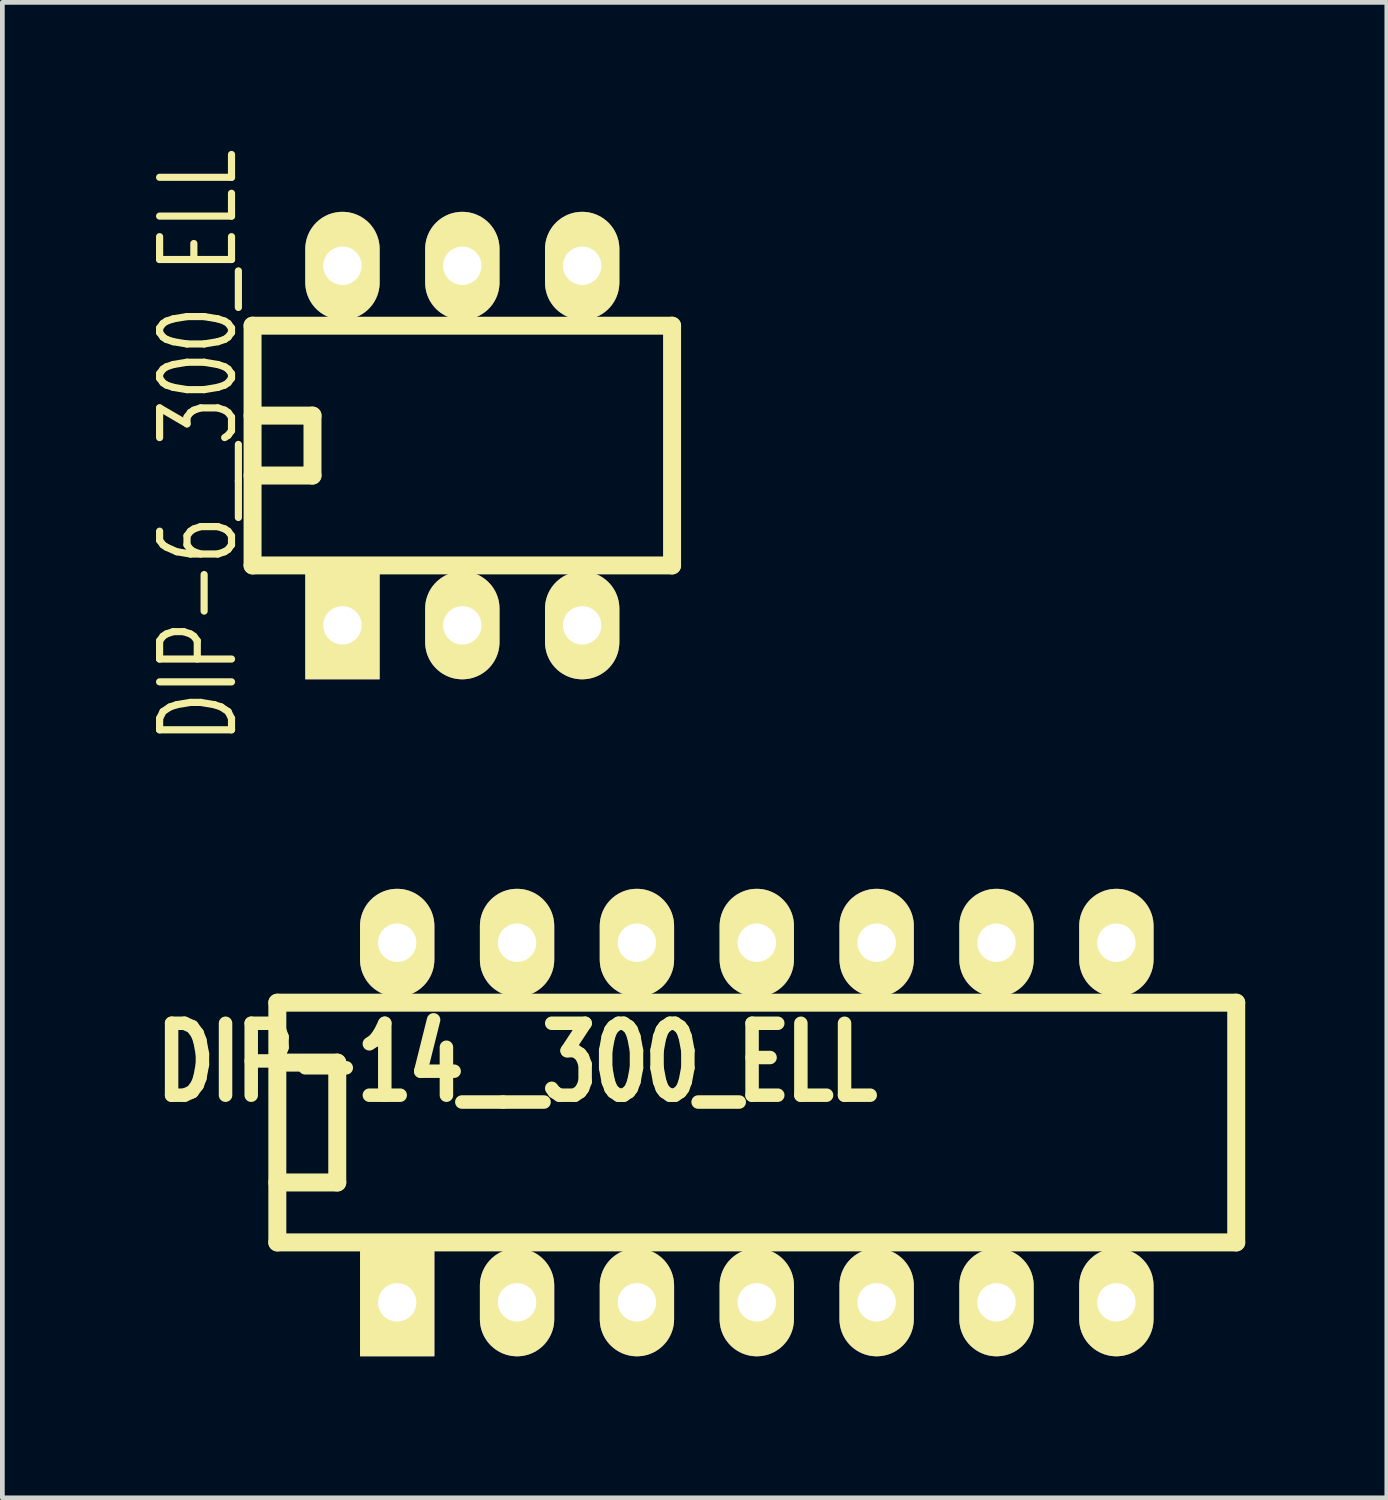
<source format=kicad_pcb>
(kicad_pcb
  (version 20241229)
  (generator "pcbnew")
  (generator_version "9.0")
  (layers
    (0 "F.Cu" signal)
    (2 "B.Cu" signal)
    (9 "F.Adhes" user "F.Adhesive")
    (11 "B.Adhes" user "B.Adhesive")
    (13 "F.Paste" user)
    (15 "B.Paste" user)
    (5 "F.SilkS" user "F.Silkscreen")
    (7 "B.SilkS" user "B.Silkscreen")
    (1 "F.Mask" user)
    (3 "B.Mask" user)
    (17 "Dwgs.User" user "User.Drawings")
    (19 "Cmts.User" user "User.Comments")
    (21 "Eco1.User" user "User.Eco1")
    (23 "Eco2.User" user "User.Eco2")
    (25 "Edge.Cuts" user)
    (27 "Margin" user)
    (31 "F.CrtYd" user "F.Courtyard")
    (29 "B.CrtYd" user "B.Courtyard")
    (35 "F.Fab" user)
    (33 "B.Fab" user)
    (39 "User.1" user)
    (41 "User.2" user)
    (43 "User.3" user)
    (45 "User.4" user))
  (footprint "DIP-14__300_ELL"
    (layer "F.Cu")
    (at 12.987 20.738)
    (property "Reference" "DIP-14__300_ELL" (at -5.08 -1.27 0) (layer "F.SilkS") (effects (font (size 1.524 1.143) (thickness 0.305))))
    (attr through_hole)
    (fp_line (start -10.16 -2.54) (end 10.16 -2.54) (stroke (width 0.381) (type solid)) (layer "F.SilkS"))
    (fp_line (start -10.16 -1.27) (end -8.89 -1.27) (stroke (width 0.381) (type solid)) (layer "F.SilkS"))
    (fp_line (start -10.16 2.54) (end -10.16 -2.54) (stroke (width 0.381) (type solid)) (layer "F.SilkS"))
    (fp_line (start -8.89 -1.27) (end -8.89 1.27) (stroke (width 0.381) (type solid)) (layer "F.SilkS"))
    (fp_line (start -8.89 1.27) (end -10.16 1.27) (stroke (width 0.381) (type solid)) (layer "F.SilkS"))
    (fp_line (start 10.16 -2.54) (end 10.16 2.54) (stroke (width 0.381) (type solid)) (layer "F.SilkS"))
    (fp_line (start 10.16 2.54) (end -10.16 2.54) (stroke (width 0.381) (type solid)) (layer "F.SilkS"))
    (pad "1" thru_hole rect (at -7.62 3.81) (size 1.575 2.286) (drill 0.813) (layers "*.Cu" "*.Mask" "F.SilkS"))
    (pad "2" thru_hole oval (at -5.08 3.81) (size 1.575 2.286) (drill 0.813) (layers "*.Cu" "*.Mask" "F.SilkS"))
    (pad "3" thru_hole oval (at -2.54 3.81) (size 1.575 2.286) (drill 0.813) (layers "*.Cu" "*.Mask" "F.SilkS"))
    (pad "4" thru_hole oval (at 0 3.81) (size 1.575 2.286) (drill 0.813) (layers "*.Cu" "*.Mask" "F.SilkS"))
    (pad "5" thru_hole oval (at 2.54 3.81) (size 1.575 2.286) (drill 0.813) (layers "*.Cu" "*.Mask" "F.SilkS"))
    (pad "6" thru_hole oval (at 5.08 3.81) (size 1.575 2.286) (drill 0.813) (layers "*.Cu" "*.Mask" "F.SilkS"))
    (pad "7" thru_hole oval (at 7.62 3.81) (size 1.575 2.286) (drill 0.813) (layers "*.Cu" "*.Mask" "F.SilkS"))
    (pad "8" thru_hole oval (at 7.62 -3.81) (size 1.575 2.286) (drill 0.813) (layers "*.Cu" "*.Mask" "F.SilkS"))
    (pad "9" thru_hole oval (at 5.08 -3.81) (size 1.575 2.286) (drill 0.813) (layers "*.Cu" "*.Mask" "F.SilkS"))
    (pad "10" thru_hole oval (at 2.54 -3.81) (size 1.575 2.286) (drill 0.813) (layers "*.Cu" "*.Mask" "F.SilkS"))
    (pad "11" thru_hole oval (at 0 -3.81) (size 1.575 2.286) (drill 0.813) (layers "*.Cu" "*.Mask" "F.SilkS"))
    (pad "12" thru_hole oval (at -2.54 -3.81) (size 1.575 2.286) (drill 0.813) (layers "*.Cu" "*.Mask" "F.SilkS"))
    (pad "13" thru_hole oval (at -5.08 -3.81) (size 1.575 2.286) (drill 0.813) (layers "*.Cu" "*.Mask" "F.SilkS"))
    (pad "14" thru_hole oval (at -7.62 -3.81) (size 1.575 2.286) (drill 0.813) (layers "*.Cu" "*.Mask" "F.SilkS")))
  (footprint "DIP-6__300_ELL"
    (layer "F.Cu")
    (at 6.747 6.392)
    (property "Reference" "DIP-6__300_ELL" (at -5.588 0 90) (layer "F.SilkS") (effects (font (size 1.524 1.016) (thickness 0.152))))
    (attr through_hole)
    (fp_line (start -4.445 -2.54) (end 4.445 -2.54) (stroke (width 0.381) (type solid)) (layer "F.SilkS"))
    (fp_line (start -4.445 -0.635) (end -3.175 -0.635) (stroke (width 0.381) (type solid)) (layer "F.SilkS"))
    (fp_line (start -4.445 2.54) (end -4.445 -2.54) (stroke (width 0.381) (type solid)) (layer "F.SilkS"))
    (fp_line (start -3.175 -0.635) (end -3.175 0.635) (stroke (width 0.381) (type solid)) (layer "F.SilkS"))
    (fp_line (start -3.175 0.635) (end -4.445 0.635) (stroke (width 0.381) (type solid)) (layer "F.SilkS"))
    (fp_line (start 4.445 -2.54) (end 4.445 2.54) (stroke (width 0.381) (type solid)) (layer "F.SilkS"))
    (fp_line (start 4.445 2.54) (end -4.445 2.54) (stroke (width 0.381) (type solid)) (layer "F.SilkS"))
    (pad "1" thru_hole rect (at -2.54 3.81) (size 1.575 2.286) (drill 0.813) (layers "*.Cu" "*.Mask" "F.SilkS"))
    (pad "2" thru_hole oval (at 0 3.81) (size 1.575 2.286) (drill 0.813) (layers "*.Cu" "*.Mask" "F.SilkS"))
    (pad "3" thru_hole oval (at 2.54 3.81) (size 1.575 2.286) (drill 0.813) (layers "*.Cu" "*.Mask" "F.SilkS"))
    (pad "4" thru_hole oval (at 2.54 -3.81) (size 1.575 2.286) (drill 0.813) (layers "*.Cu" "*.Mask" "F.SilkS"))
    (pad "5" thru_hole oval (at 0 -3.81) (size 1.575 2.286) (drill 0.813) (layers "*.Cu" "*.Mask" "F.SilkS"))
    (pad "6" thru_hole oval (at -2.54 -3.81) (size 1.575 2.286) (drill 0.813) (layers "*.Cu" "*.Mask" "F.SilkS")))
  (gr_rect
    (start -3 -3)
    (end 26.338 28.691)
    (stroke (width 0.1) (type default))
    (fill no)
    (layer "Edge.Cuts")))
</source>
